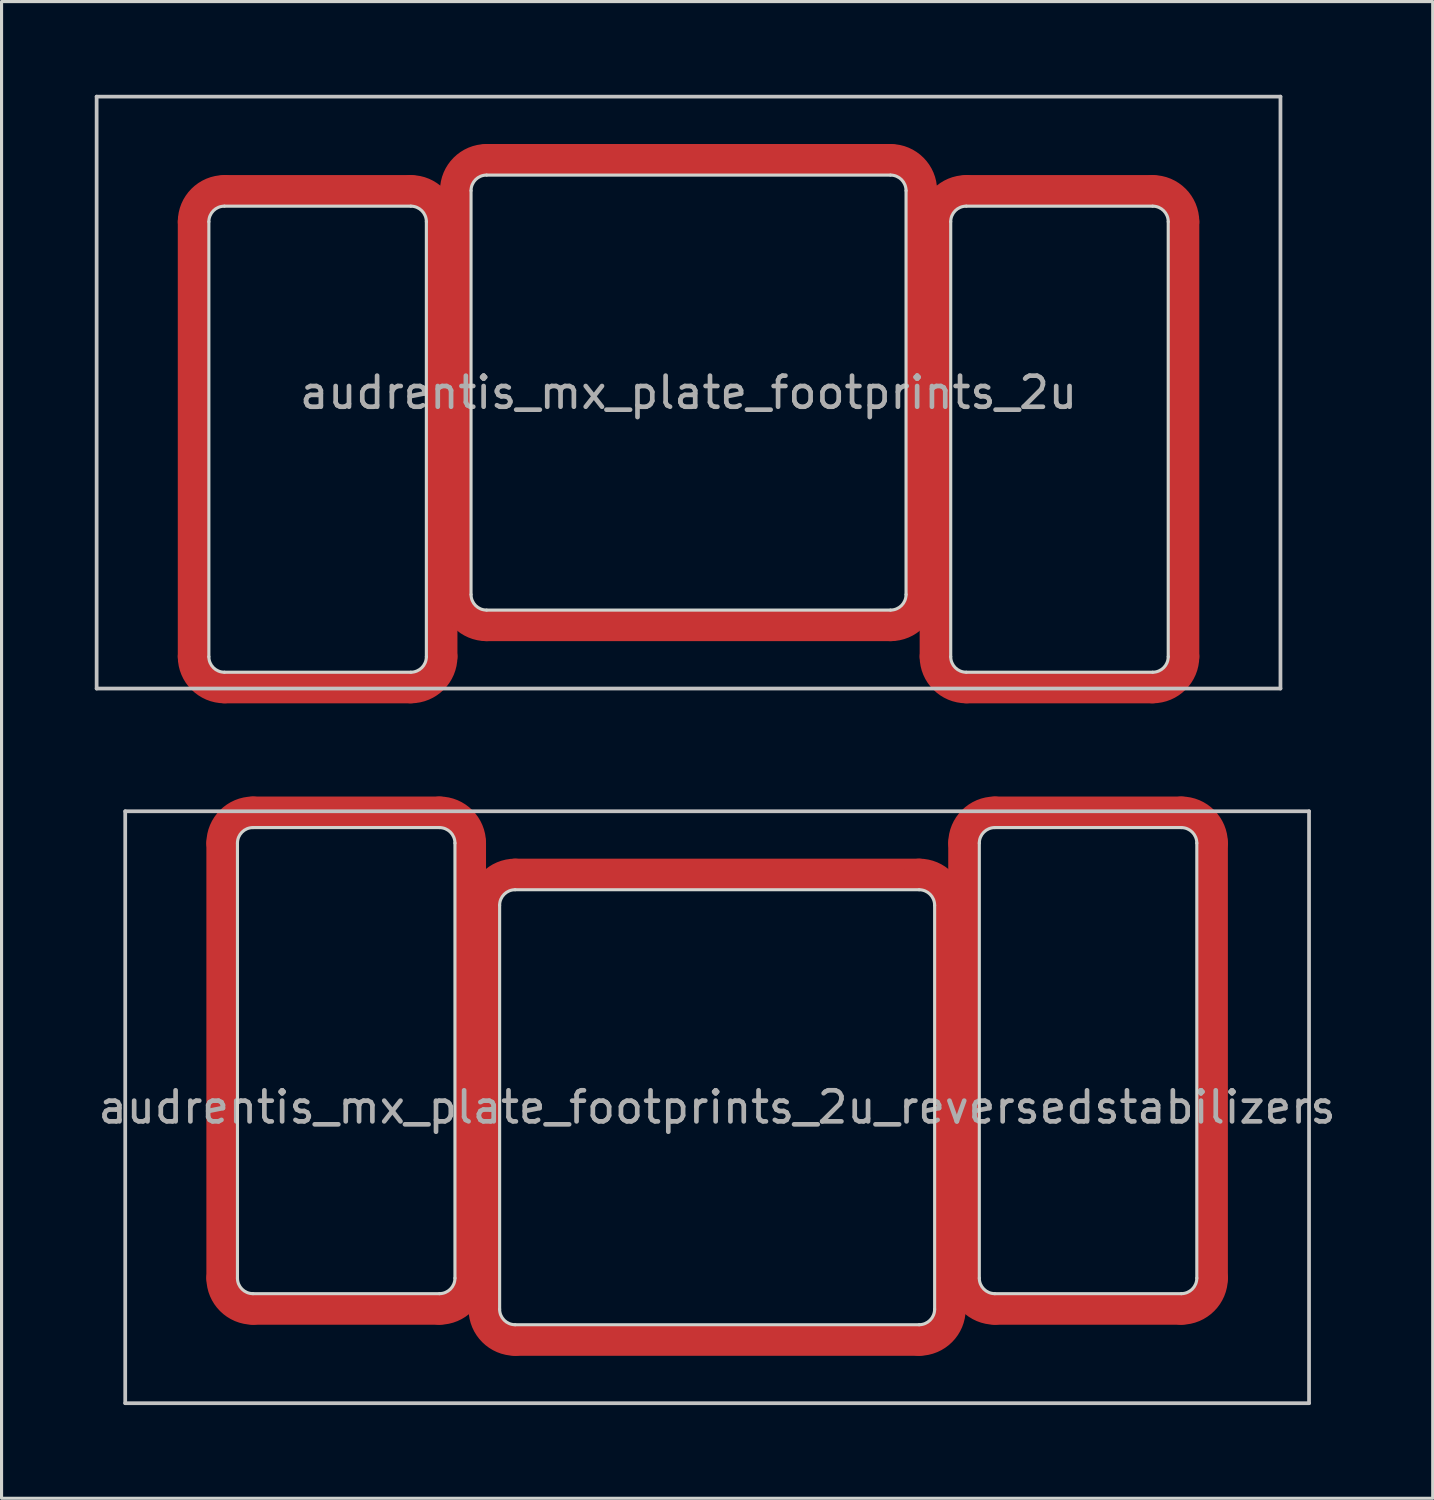
<source format=kicad_pcb>
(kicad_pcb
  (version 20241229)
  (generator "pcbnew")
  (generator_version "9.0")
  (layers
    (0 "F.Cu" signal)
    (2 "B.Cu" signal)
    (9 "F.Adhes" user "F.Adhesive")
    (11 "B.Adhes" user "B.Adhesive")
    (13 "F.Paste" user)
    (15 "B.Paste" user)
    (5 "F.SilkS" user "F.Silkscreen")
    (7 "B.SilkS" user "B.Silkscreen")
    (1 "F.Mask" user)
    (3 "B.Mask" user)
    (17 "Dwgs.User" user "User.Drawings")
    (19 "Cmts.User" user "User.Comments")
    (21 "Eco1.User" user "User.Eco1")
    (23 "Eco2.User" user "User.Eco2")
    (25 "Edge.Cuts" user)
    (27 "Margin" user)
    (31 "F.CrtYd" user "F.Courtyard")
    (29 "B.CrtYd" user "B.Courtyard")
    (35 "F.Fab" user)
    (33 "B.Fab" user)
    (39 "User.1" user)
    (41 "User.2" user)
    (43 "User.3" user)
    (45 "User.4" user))
  (footprint "audrentis_mx_plate_footprints_2u_reversedstabilizers"
    (layer "F.Cu")
    (at 20.03 32.585)
    (property "Reference" "audrentis_mx_plate_footprints_2u_reversedstabilizers" (at 0 0 0) (layer "F.Fab") (effects (font (size 1 1) (thickness 0.15))))
    (attr through_hole)
    (fp_line (start -15.938 -8.5) (end -15.938 5.5) (stroke (width 1) (type solid)) (layer "F.Cu"))
    (fp_line (start -14.938 6.5) (end -8.938 6.5) (stroke (width 1) (type solid)) (layer "F.Cu"))
    (fp_line (start -8.938 -9.5) (end -14.938 -9.5) (stroke (width 1) (type solid)) (layer "F.Cu"))
    (fp_line (start -7.938 5.5) (end -7.938 -8.5) (stroke (width 1) (type solid)) (layer "F.Cu"))
    (fp_line (start -7.5 -6.5) (end -7.5 6.5) (stroke (width 1) (type solid)) (layer "F.Cu"))
    (fp_line (start -6.5 7.5) (end 6.5 7.5) (stroke (width 1) (type solid)) (layer "F.Cu"))
    (fp_line (start 6.5 -7.5) (end -6.5 -7.5) (stroke (width 1) (type solid)) (layer "F.Cu"))
    (fp_line (start 7.5 6.5) (end 7.5 -6.5) (stroke (width 1) (type solid)) (layer "F.Cu"))
    (fp_line (start 7.938 -8.5) (end 7.938 5.5) (stroke (width 1) (type solid)) (layer "F.Cu"))
    (fp_line (start 8.938 6.5) (end 14.938 6.5) (stroke (width 1) (type solid)) (layer "F.Cu"))
    (fp_line (start 14.938 -9.5) (end 8.938 -9.5) (stroke (width 1) (type solid)) (layer "F.Cu"))
    (fp_line (start 15.938 5.5) (end 15.938 -8.5) (stroke (width 1) (type solid)) (layer "F.Cu"))
    (fp_arc (start -15.938 -8.499999) (mid -15.645107 -9.207106) (end -14.938 -9.499999) (stroke (width 1) (type solid)) (layer "F.Cu"))
    (fp_arc (start -14.938 6.5) (mid -15.645107 6.207107) (end -15.938 5.5) (stroke (width 1) (type solid)) (layer "F.Cu"))
    (fp_arc (start -8.937999 -9.499999) (mid -8.230892 -9.207106) (end -7.937999 -8.499999) (stroke (width 1) (type solid)) (layer "F.Cu"))
    (fp_arc (start -7.937999 5.5) (mid -8.230892 6.207107) (end -8.937999 6.5) (stroke (width 1) (type solid)) (layer "F.Cu"))
    (fp_arc (start -7.5 -6.5) (mid -7.207106 -7.207106) (end -6.499999 -7.499999) (stroke (width 1) (type solid)) (layer "F.Cu"))
    (fp_arc (start -6.5 7.500002) (mid -7.207107 7.207108) (end -7.5 6.5) (stroke (width 1) (type solid)) (layer "F.Cu"))
    (fp_arc (start 6.5 -7.499999) (mid 7.207107 -7.207106) (end 7.5 -6.499999) (stroke (width 1) (type solid)) (layer "F.Cu"))
    (fp_arc (start 7.5 6.500001) (mid 7.207107 7.207108) (end 6.5 7.500001) (stroke (width 1) (type solid)) (layer "F.Cu"))
    (fp_arc (start 7.938 -8.499999) (mid 8.230893 -9.207106) (end 8.938 -9.499999) (stroke (width 1) (type solid)) (layer "F.Cu"))
    (fp_arc (start 8.938 6.5) (mid 8.230893 6.207107) (end 7.938 5.5) (stroke (width 1) (type solid)) (layer "F.Cu"))
    (fp_arc (start 14.938 -9.499999) (mid 15.645107 -9.207106) (end 15.938 -8.499999) (stroke (width 1) (type solid)) (layer "F.Cu"))
    (fp_arc (start 15.937999 5.499999) (mid 15.645106 6.207106) (end 14.938 6.5) (stroke (width 1) (type solid)) (layer "F.Cu"))
    (fp_line (start -15.938 -8.5) (end -15.938 5.5) (stroke (width 1) (type solid)) (layer "F.Mask"))
    (fp_line (start -14.938 6.5) (end -8.938 6.5) (stroke (width 1) (type solid)) (layer "F.Mask"))
    (fp_line (start -8.938 -9.5) (end -14.938 -9.5) (stroke (width 1) (type solid)) (layer "F.Mask"))
    (fp_line (start -7.938 5.5) (end -7.938 -8.5) (stroke (width 1) (type solid)) (layer "F.Mask"))
    (fp_line (start -7.5 -6.5) (end -7.5 6.5) (stroke (width 1) (type solid)) (layer "F.Mask"))
    (fp_line (start -6.5 7.5) (end 6.5 7.5) (stroke (width 1) (type solid)) (layer "F.Mask"))
    (fp_line (start 6.5 -7.5) (end -6.5 -7.5) (stroke (width 1) (type solid)) (layer "F.Mask"))
    (fp_line (start 7.5 6.5) (end 7.5 -6.5) (stroke (width 1) (type solid)) (layer "F.Mask"))
    (fp_line (start 7.938 -8.5) (end 7.938 5.5) (stroke (width 1) (type solid)) (layer "F.Mask"))
    (fp_line (start 8.938 6.5) (end 14.938 6.5) (stroke (width 1) (type solid)) (layer "F.Mask"))
    (fp_line (start 14.938 -9.5) (end 8.938 -9.5) (stroke (width 1) (type solid)) (layer "F.Mask"))
    (fp_line (start 15.938 5.5) (end 15.938 -8.5) (stroke (width 1) (type solid)) (layer "F.Mask"))
    (fp_arc (start -15.938 -8.499999) (mid -15.645107 -9.207106) (end -14.938 -9.499999) (stroke (width 1) (type solid)) (layer "F.Mask"))
    (fp_arc (start -14.938 6.5) (mid -15.645107 6.207107) (end -15.938 5.5) (stroke (width 1) (type solid)) (layer "F.Mask"))
    (fp_arc (start -8.937999 -9.499999) (mid -8.230892 -9.207106) (end -7.937999 -8.499999) (stroke (width 1) (type solid)) (layer "F.Mask"))
    (fp_arc (start -7.937999 5.5) (mid -8.230892 6.207107) (end -8.937999 6.5) (stroke (width 1) (type solid)) (layer "F.Mask"))
    (fp_arc (start -7.5 -6.5) (mid -7.207106 -7.207106) (end -6.499999 -7.499999) (stroke (width 1) (type solid)) (layer "F.Mask"))
    (fp_arc (start -6.5 7.500002) (mid -7.207107 7.207108) (end -7.5 6.5) (stroke (width 1) (type solid)) (layer "F.Mask"))
    (fp_arc (start 6.5 -7.499999) (mid 7.207107 -7.207106) (end 7.5 -6.499999) (stroke (width 1) (type solid)) (layer "F.Mask"))
    (fp_arc (start 7.5 6.500001) (mid 7.207107 7.207108) (end 6.5 7.500001) (stroke (width 1) (type solid)) (layer "F.Mask"))
    (fp_arc (start 7.938 -8.499999) (mid 8.230893 -9.207106) (end 8.938 -9.499999) (stroke (width 1) (type solid)) (layer "F.Mask"))
    (fp_arc (start 8.938 6.5) (mid 8.230893 6.207107) (end 7.938 5.5) (stroke (width 1) (type solid)) (layer "F.Mask"))
    (fp_arc (start 14.938 -9.499999) (mid 15.645107 -9.207106) (end 15.938 -8.499999) (stroke (width 1) (type solid)) (layer "F.Mask"))
    (fp_arc (start 15.937999 5.499999) (mid 15.645106 6.207106) (end 14.938 6.5) (stroke (width 1) (type solid)) (layer "F.Mask"))
    (fp_line (start -19.05 -9.525) (end -19.05 9.525) (stroke (width 0.12) (type solid)) (layer "Dwgs.User"))
    (fp_line (start -19.05 -9.525) (end 19.05 -9.525) (stroke (width 0.12) (type solid)) (layer "Dwgs.User"))
    (fp_line (start -19.05 9.525) (end 19.05 9.525) (stroke (width 0.12) (type solid)) (layer "Dwgs.User"))
    (fp_line (start 19.05 -9.525) (end 19.05 9.525) (stroke (width 0.12) (type solid)) (layer "Dwgs.User"))
    (fp_line (start -15.438 5.5) (end -15.438 -8.5) (stroke (width 0.1) (type solid)) (layer "Edge.Cuts"))
    (fp_line (start -14.938 -9) (end -8.938 -9) (stroke (width 0.1) (type solid)) (layer "Edge.Cuts"))
    (fp_line (start -8.938 6) (end -14.938 6) (stroke (width 0.1) (type solid)) (layer "Edge.Cuts"))
    (fp_line (start -8.438 -8.5) (end -8.438 5.5) (stroke (width 0.1) (type solid)) (layer "Edge.Cuts"))
    (fp_line (start -7 -6.5) (end -7 6.5) (stroke (width 0.1) (type solid)) (layer "Edge.Cuts"))
    (fp_line (start -6.5 7) (end 6.5 7) (stroke (width 0.1) (type solid)) (layer "Edge.Cuts"))
    (fp_line (start 6.5 -7) (end -6.5 -7) (stroke (width 0.1) (type solid)) (layer "Edge.Cuts"))
    (fp_line (start 7 6.5) (end 7 -6.5) (stroke (width 0.1) (type solid)) (layer "Edge.Cuts"))
    (fp_line (start 8.438 5.5) (end 8.438 -8.5) (stroke (width 0.1) (type solid)) (layer "Edge.Cuts"))
    (fp_line (start 8.938 -9) (end 14.938 -9) (stroke (width 0.1) (type solid)) (layer "Edge.Cuts"))
    (fp_line (start 14.938 6) (end 8.938 6) (stroke (width 0.1) (type solid)) (layer "Edge.Cuts"))
    (fp_line (start 15.438 -8.5) (end 15.438 5.5) (stroke (width 0.1) (type solid)) (layer "Edge.Cuts"))
    (fp_arc (start -15.437999 -8.499998) (mid -15.291553 -8.853552) (end -14.938 -8.999999) (stroke (width 0.1) (type solid)) (layer "Edge.Cuts"))
    (fp_arc (start -14.938 6) (mid -15.291553 5.853553) (end -15.438 5.5) (stroke (width 0.1) (type solid)) (layer "Edge.Cuts"))
    (fp_arc (start -8.937999 -8.999999) (mid -8.584446 -8.853552) (end -8.437999 -8.499999) (stroke (width 0.1) (type solid)) (layer "Edge.Cuts"))
    (fp_arc (start -8.437999 5.5) (mid -8.584446 5.853553) (end -8.937999 6) (stroke (width 0.1) (type solid)) (layer "Edge.Cuts"))
    (fp_arc (start -7 -6.5) (mid -6.853553 -6.853553) (end -6.499999 -6.999999) (stroke (width 0.1) (type solid)) (layer "Edge.Cuts"))
    (fp_arc (start -6.5 7.000002) (mid -6.853554 6.853554) (end -7 6.5) (stroke (width 0.1) (type solid)) (layer "Edge.Cuts"))
    (fp_arc (start 6.5 -6.999999) (mid 6.853553 -6.853552) (end 7 -6.499999) (stroke (width 0.1) (type solid)) (layer "Edge.Cuts"))
    (fp_arc (start 7 6.500001) (mid 6.853553 6.853554) (end 6.5 7.000001) (stroke (width 0.1) (type solid)) (layer "Edge.Cuts"))
    (fp_arc (start 8.438 -8.499999) (mid 8.584447 -8.853552) (end 8.938 -8.999999) (stroke (width 0.1) (type solid)) (layer "Edge.Cuts"))
    (fp_arc (start 8.938 6) (mid 8.584447 5.853553) (end 8.438 5.5) (stroke (width 0.1) (type solid)) (layer "Edge.Cuts"))
    (fp_arc (start 14.938 -8.999999) (mid 15.291553 -8.853552) (end 15.438 -8.499999) (stroke (width 0.1) (type solid)) (layer "Edge.Cuts"))
    (fp_arc (start 15.437999 5.499999) (mid 15.291553 5.853553) (end 14.938 6) (stroke (width 0.1) (type solid)) (layer "Edge.Cuts")))
  (footprint "audrentis_mx_plate_footprints_2u"
    (layer "F.Cu")
    (at 19.11 9.585)
    (property "Reference" "audrentis_mx_plate_footprints_2u" (at 0 0 0) (layer "F.Fab") (effects (font (size 1 1) (thickness 0.15))))
    (attr through_hole)
    (fp_line (start -15.938 -5.5) (end -15.938 8.5) (stroke (width 1) (type solid)) (layer "F.Cu"))
    (fp_line (start -14.938 9.5) (end -8.938 9.5) (stroke (width 1) (type solid)) (layer "F.Cu"))
    (fp_line (start -8.938 -6.5) (end -14.938 -6.5) (stroke (width 1) (type solid)) (layer "F.Cu"))
    (fp_line (start -7.938 8.5) (end -7.938 -5.5) (stroke (width 1) (type solid)) (layer "F.Cu"))
    (fp_line (start -7.5 -6.5) (end -7.5 6.5) (stroke (width 1) (type solid)) (layer "F.Cu"))
    (fp_line (start -6.5 7.5) (end 6.5 7.5) (stroke (width 1) (type solid)) (layer "F.Cu"))
    (fp_line (start 6.5 -7.5) (end -6.5 -7.5) (stroke (width 1) (type solid)) (layer "F.Cu"))
    (fp_line (start 7.5 6.5) (end 7.5 -6.5) (stroke (width 1) (type solid)) (layer "F.Cu"))
    (fp_line (start 7.938 -5.5) (end 7.938 8.5) (stroke (width 1) (type solid)) (layer "F.Cu"))
    (fp_line (start 8.938 9.5) (end 14.938 9.5) (stroke (width 1) (type solid)) (layer "F.Cu"))
    (fp_line (start 14.938 -6.5) (end 8.938 -6.5) (stroke (width 1) (type solid)) (layer "F.Cu"))
    (fp_line (start 15.938 8.5) (end 15.938 -5.5) (stroke (width 1) (type solid)) (layer "F.Cu"))
    (fp_arc (start -15.938 -5.499999) (mid -15.645107 -6.207106) (end -14.938 -6.499999) (stroke (width 1) (type solid)) (layer "F.Cu"))
    (fp_arc (start -14.938 9.5) (mid -15.645107 9.207107) (end -15.938 8.5) (stroke (width 1) (type solid)) (layer "F.Cu"))
    (fp_arc (start -8.937999 -6.499999) (mid -8.230892 -6.207106) (end -7.937999 -5.499999) (stroke (width 1) (type solid)) (layer "F.Cu"))
    (fp_arc (start -7.937999 8.5) (mid -8.230892 9.207107) (end -8.937999 9.5) (stroke (width 1) (type solid)) (layer "F.Cu"))
    (fp_arc (start -7.5 -6.5) (mid -7.207106 -7.207106) (end -6.499999 -7.499999) (stroke (width 1) (type solid)) (layer "F.Cu"))
    (fp_arc (start -6.5 7.500002) (mid -7.207107 7.207108) (end -7.5 6.5) (stroke (width 1) (type solid)) (layer "F.Cu"))
    (fp_arc (start 6.5 -7.499999) (mid 7.207107 -7.207106) (end 7.5 -6.499999) (stroke (width 1) (type solid)) (layer "F.Cu"))
    (fp_arc (start 7.5 6.500001) (mid 7.207107 7.207108) (end 6.5 7.500001) (stroke (width 1) (type solid)) (layer "F.Cu"))
    (fp_arc (start 7.938 -5.499999) (mid 8.230893 -6.207106) (end 8.938 -6.499999) (stroke (width 1) (type solid)) (layer "F.Cu"))
    (fp_arc (start 8.938 9.5) (mid 8.230893 9.207107) (end 7.938 8.5) (stroke (width 1) (type solid)) (layer "F.Cu"))
    (fp_arc (start 14.938 -6.499999) (mid 15.645107 -6.207106) (end 15.938 -5.499999) (stroke (width 1) (type solid)) (layer "F.Cu"))
    (fp_arc (start 15.937999 8.499999) (mid 15.645106 9.207106) (end 14.938 9.5) (stroke (width 1) (type solid)) (layer "F.Cu"))
    (fp_line (start -15.938 -5.5) (end -15.938 8.5) (stroke (width 1) (type solid)) (layer "F.Mask"))
    (fp_line (start -14.938 9.5) (end -8.938 9.5) (stroke (width 1) (type solid)) (layer "F.Mask"))
    (fp_line (start -8.938 -6.5) (end -14.938 -6.5) (stroke (width 1) (type solid)) (layer "F.Mask"))
    (fp_line (start -7.938 8.5) (end -7.938 -5.5) (stroke (width 1) (type solid)) (layer "F.Mask"))
    (fp_line (start -7.5 -6.5) (end -7.5 6.5) (stroke (width 1) (type solid)) (layer "F.Mask"))
    (fp_line (start -6.5 7.5) (end 6.5 7.5) (stroke (width 1) (type solid)) (layer "F.Mask"))
    (fp_line (start 6.5 -7.5) (end -6.5 -7.5) (stroke (width 1) (type solid)) (layer "F.Mask"))
    (fp_line (start 7.5 6.5) (end 7.5 -6.5) (stroke (width 1) (type solid)) (layer "F.Mask"))
    (fp_line (start 7.938 -5.5) (end 7.938 8.5) (stroke (width 1) (type solid)) (layer "F.Mask"))
    (fp_line (start 8.938 9.5) (end 14.938 9.5) (stroke (width 1) (type solid)) (layer "F.Mask"))
    (fp_line (start 14.938 -6.5) (end 8.938 -6.5) (stroke (width 1) (type solid)) (layer "F.Mask"))
    (fp_line (start 15.938 8.5) (end 15.938 -5.5) (stroke (width 1) (type solid)) (layer "F.Mask"))
    (fp_arc (start -15.938 -5.499999) (mid -15.645107 -6.207106) (end -14.938 -6.499999) (stroke (width 1) (type solid)) (layer "F.Mask"))
    (fp_arc (start -14.938 9.5) (mid -15.645107 9.207107) (end -15.938 8.5) (stroke (width 1) (type solid)) (layer "F.Mask"))
    (fp_arc (start -8.937999 -6.499999) (mid -8.230892 -6.207106) (end -7.937999 -5.499999) (stroke (width 1) (type solid)) (layer "F.Mask"))
    (fp_arc (start -7.937999 8.5) (mid -8.230892 9.207107) (end -8.937999 9.5) (stroke (width 1) (type solid)) (layer "F.Mask"))
    (fp_arc (start -7.5 -6.5) (mid -7.207106 -7.207106) (end -6.499999 -7.499999) (stroke (width 1) (type solid)) (layer "F.Mask"))
    (fp_arc (start -6.5 7.500002) (mid -7.207107 7.207108) (end -7.5 6.5) (stroke (width 1) (type solid)) (layer "F.Mask"))
    (fp_arc (start 6.5 -7.499999) (mid 7.207107 -7.207106) (end 7.5 -6.499999) (stroke (width 1) (type solid)) (layer "F.Mask"))
    (fp_arc (start 7.5 6.500001) (mid 7.207107 7.207108) (end 6.5 7.500001) (stroke (width 1) (type solid)) (layer "F.Mask"))
    (fp_arc (start 7.938 -5.499999) (mid 8.230893 -6.207106) (end 8.938 -6.499999) (stroke (width 1) (type solid)) (layer "F.Mask"))
    (fp_arc (start 8.938 9.5) (mid 8.230893 9.207107) (end 7.938 8.5) (stroke (width 1) (type solid)) (layer "F.Mask"))
    (fp_arc (start 14.938 -6.499999) (mid 15.645107 -6.207106) (end 15.938 -5.499999) (stroke (width 1) (type solid)) (layer "F.Mask"))
    (fp_arc (start 15.937999 8.499999) (mid 15.645106 9.207106) (end 14.938 9.5) (stroke (width 1) (type solid)) (layer "F.Mask"))
    (fp_line (start -19.05 -9.525) (end 19.05 -9.525) (stroke (width 0.12) (type solid)) (layer "Dwgs.User"))
    (fp_line (start -19.05 9.525) (end -19.05 -9.525) (stroke (width 0.12) (type solid)) (layer "Dwgs.User"))
    (fp_line (start -19.05 9.525) (end 19.05 9.525) (stroke (width 0.12) (type solid)) (layer "Dwgs.User"))
    (fp_line (start 19.05 -9.525) (end 19.05 9.525) (stroke (width 0.12) (type solid)) (layer "Dwgs.User"))
    (fp_line (start -15.438 8.5) (end -15.438 -5.5) (stroke (width 0.1) (type solid)) (layer "Edge.Cuts"))
    (fp_line (start -14.938 -6) (end -8.938 -6) (stroke (width 0.1) (type solid)) (layer "Edge.Cuts"))
    (fp_line (start -8.938 9) (end -14.938 9) (stroke (width 0.1) (type solid)) (layer "Edge.Cuts"))
    (fp_line (start -8.438 -5.5) (end -8.438 8.5) (stroke (width 0.1) (type solid)) (layer "Edge.Cuts"))
    (fp_line (start -7 -6.5) (end -7 6.5) (stroke (width 0.1) (type solid)) (layer "Edge.Cuts"))
    (fp_line (start -6.5 7) (end 6.5 7) (stroke (width 0.1) (type solid)) (layer "Edge.Cuts"))
    (fp_line (start 6.5 -7) (end -6.5 -7) (stroke (width 0.1) (type solid)) (layer "Edge.Cuts"))
    (fp_line (start 7 6.5) (end 7 -6.5) (stroke (width 0.1) (type solid)) (layer "Edge.Cuts"))
    (fp_line (start 8.438 8.5) (end 8.438 -5.5) (stroke (width 0.1) (type solid)) (layer "Edge.Cuts"))
    (fp_line (start 8.938 -6) (end 14.938 -6) (stroke (width 0.1) (type solid)) (layer "Edge.Cuts"))
    (fp_line (start 14.938 9) (end 8.938 9) (stroke (width 0.1) (type solid)) (layer "Edge.Cuts"))
    (fp_line (start 15.438 -5.5) (end 15.438 8.5) (stroke (width 0.1) (type solid)) (layer "Edge.Cuts"))
    (fp_arc (start -15.437999 -5.499998) (mid -15.291553 -5.853552) (end -14.938 -5.999999) (stroke (width 0.1) (type solid)) (layer "Edge.Cuts"))
    (fp_arc (start -14.938 9) (mid -15.291553 8.853553) (end -15.438 8.5) (stroke (width 0.1) (type solid)) (layer "Edge.Cuts"))
    (fp_arc (start -8.937999 -5.999999) (mid -8.584446 -5.853552) (end -8.437999 -5.499999) (stroke (width 0.1) (type solid)) (layer "Edge.Cuts"))
    (fp_arc (start -8.437999 8.5) (mid -8.584446 8.853553) (end -8.937999 9) (stroke (width 0.1) (type solid)) (layer "Edge.Cuts"))
    (fp_arc (start -7 -6.5) (mid -6.853553 -6.853553) (end -6.499999 -6.999999) (stroke (width 0.1) (type solid)) (layer "Edge.Cuts"))
    (fp_arc (start -6.5 7.000002) (mid -6.853554 6.853554) (end -7 6.5) (stroke (width 0.1) (type solid)) (layer "Edge.Cuts"))
    (fp_arc (start 6.5 -6.999999) (mid 6.853553 -6.853552) (end 7 -6.499999) (stroke (width 0.1) (type solid)) (layer "Edge.Cuts"))
    (fp_arc (start 7 6.500001) (mid 6.853553 6.853554) (end 6.5 7.000001) (stroke (width 0.1) (type solid)) (layer "Edge.Cuts"))
    (fp_arc (start 8.438 -5.499999) (mid 8.584447 -5.853552) (end 8.938 -5.999999) (stroke (width 0.1) (type solid)) (layer "Edge.Cuts"))
    (fp_arc (start 8.938 9) (mid 8.584447 8.853553) (end 8.438 8.5) (stroke (width 0.1) (type solid)) (layer "Edge.Cuts"))
    (fp_arc (start 14.938 -5.999999) (mid 15.291553 -5.853552) (end 15.438 -5.499999) (stroke (width 0.1) (type solid)) (layer "Edge.Cuts"))
    (fp_arc (start 15.437999 8.499999) (mid 15.291553 8.853553) (end 14.938 9) (stroke (width 0.1) (type solid)) (layer "Edge.Cuts")))
  (gr_rect
    (start -3 -3)
    (end 43.06 45.17)
    (stroke (width 0.1) (type default))
    (fill no)
    (layer "Edge.Cuts")))
</source>
